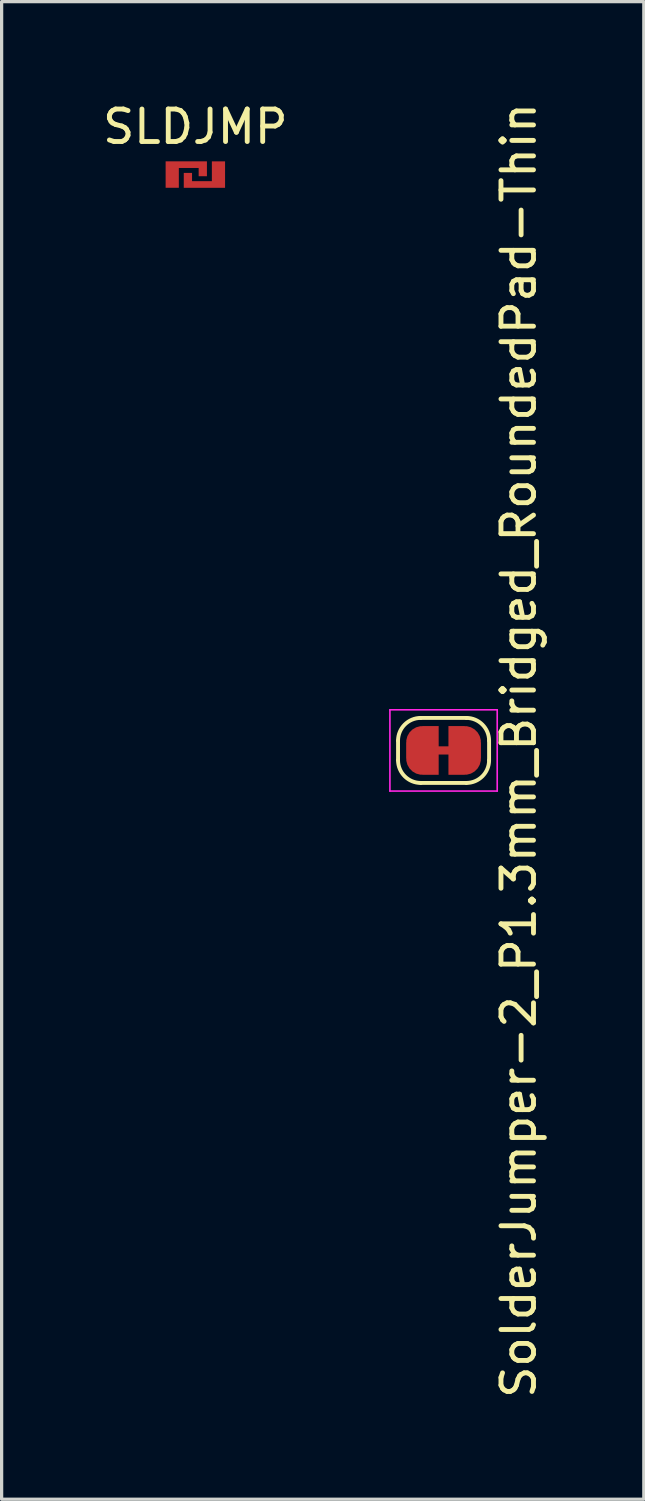
<source format=kicad_pcb>
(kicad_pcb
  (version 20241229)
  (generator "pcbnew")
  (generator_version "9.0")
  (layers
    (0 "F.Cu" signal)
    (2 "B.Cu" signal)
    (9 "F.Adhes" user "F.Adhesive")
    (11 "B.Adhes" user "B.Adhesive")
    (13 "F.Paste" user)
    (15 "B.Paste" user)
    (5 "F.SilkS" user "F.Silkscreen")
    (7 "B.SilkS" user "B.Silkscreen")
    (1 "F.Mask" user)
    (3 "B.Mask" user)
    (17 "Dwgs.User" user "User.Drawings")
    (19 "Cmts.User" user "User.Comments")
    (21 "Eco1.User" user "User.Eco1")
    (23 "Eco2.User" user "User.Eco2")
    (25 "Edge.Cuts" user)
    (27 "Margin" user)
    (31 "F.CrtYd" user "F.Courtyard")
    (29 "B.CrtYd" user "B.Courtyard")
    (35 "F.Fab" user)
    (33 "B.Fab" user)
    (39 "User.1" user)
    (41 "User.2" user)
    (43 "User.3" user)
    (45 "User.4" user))
  (footprint "SLDJMP"
    (layer "F.Cu")
    (at 2.958 2.319)
    (property "Reference" "SLDJMP" (at 0 -1.471 0) (layer "F.SilkS") (effects (font (size 1 1) (thickness 0.15))))
    (attr through_hole)
    (pad "1" smd custom (at -0.279 -0.305) (size 1.27 0.203) (layers "F.Cu" "F.Mask" "F.Paste") (options (anchor rect)) (primitives (gr_poly (pts (xy 0.381 0.356) (xy 0.635 0.356) (xy 0.635 -0.102) (xy -0.635 -0.102) (xy -0.635 0.711) (xy -0.229 0.711) (xy -0.229 0.102) (xy 0.381 0.102)) (width 0) (fill yes))))
    (pad "2" smd custom (at 0.279 0.305) (size 1.27 0.203) (layers "F.Cu" "F.Mask" "F.Paste") (options (anchor rect)) (primitives (gr_poly (pts (xy -0.635 -0.356) (xy -0.381 -0.356) (xy -0.381 -0.102) (xy 0.229 -0.102) (xy 0.229 -0.711) (xy 0.635 -0.711) (xy 0.635 0.102) (xy -0.635 0.102)) (width 0) (fill yes)))))
  (footprint "SolderJumper-2_P1.3mm_Bridged_RoundedPad-Thin"
    (layer "F.Cu")
    (at 10.592 20.03)
    (property "Reference" "SolderJumper-2_P1.3mm_Bridged_RoundedPad-Thin" (at 2.311 0 270) (layer "F.SilkS") (effects (font (size 1 1) (thickness 0.15))))
    (attr exclude_from_pos_files exclude_from_bom)
    (fp_line (start -1.4 0.3) (end -1.4 -0.3) (stroke (width 0.12) (type solid)) (layer "F.SilkS"))
    (fp_line (start -0.7 -1) (end 0.7 -1) (stroke (width 0.12) (type solid)) (layer "F.SilkS"))
    (fp_line (start 0.7 1) (end -0.7 1) (stroke (width 0.12) (type solid)) (layer "F.SilkS"))
    (fp_line (start 1.4 -0.3) (end 1.4 0.3) (stroke (width 0.12) (type solid)) (layer "F.SilkS"))
    (fp_arc (start -1.4 -0.3) (mid -1.194975 -0.794975) (end -0.7 -1) (stroke (width 0.12) (type solid)) (layer "F.SilkS"))
    (fp_arc (start -0.7 1) (mid -1.194975 0.794975) (end -1.4 0.3) (stroke (width 0.12) (type solid)) (layer "F.SilkS"))
    (fp_arc (start 0.7 -1) (mid 1.194975 -0.794975) (end 1.4 -0.3) (stroke (width 0.12) (type solid)) (layer "F.SilkS"))
    (fp_arc (start 1.4 0.3) (mid 1.194975 0.794975) (end 0.7 1) (stroke (width 0.12) (type solid)) (layer "F.SilkS"))
    (fp_line (start -1.65 -1.25) (end -1.65 1.25) (stroke (width 0.05) (type solid)) (layer "F.CrtYd"))
    (fp_line (start -1.65 -1.25) (end 1.65 -1.25) (stroke (width 0.05) (type solid)) (layer "F.CrtYd"))
    (fp_line (start 1.65 1.25) (end -1.65 1.25) (stroke (width 0.05) (type solid)) (layer "F.CrtYd"))
    (fp_line (start 1.65 1.25) (end 1.65 -1.25) (stroke (width 0.05) (type solid)) (layer "F.CrtYd"))
    (pad "1" smd custom (at -0.65 0) (size 1 0.5) (layers "F.Cu" "F.Mask") (options (anchor rect)) (primitives (gr_circle (center 0 0.25) (end 0.5 0.25) (width 0) (fill yes)) (gr_poly (pts (xy 0.904 -0.127) (xy 0.396 -0.127) (xy 0.396 0.127) (xy 0.904 0.127)) (width 0) (fill yes)) (gr_poly (pts (xy 0 -0.75) (xy 0.5 -0.75) (xy 0.5 0.75) (xy 0 0.75)) (width 0) (fill yes)) (gr_circle (center 0 -0.25) (end 0.5 -0.25) (width 0) (fill yes))))
    (pad "2" smd custom (at 0.65 0) (size 1 0.5) (layers "F.Cu" "F.Mask") (options (anchor rect)) (primitives (gr_circle (center 0 0.25) (end 0.5 0.25) (width 0) (fill yes)) (gr_circle (center 0 -0.25) (end 0.5 -0.25) (width 0) (fill yes)) (gr_poly (pts (xy 0 -0.75) (xy -0.5 -0.75) (xy -0.5 0.75) (xy 0 0.75)) (width 0) (fill yes)))))
  (gr_rect
    (start -3 -3)
    (end 16.751 43.06)
    (stroke (width 0.1) (type default))
    (fill no)
    (layer "Edge.Cuts")))
</source>
